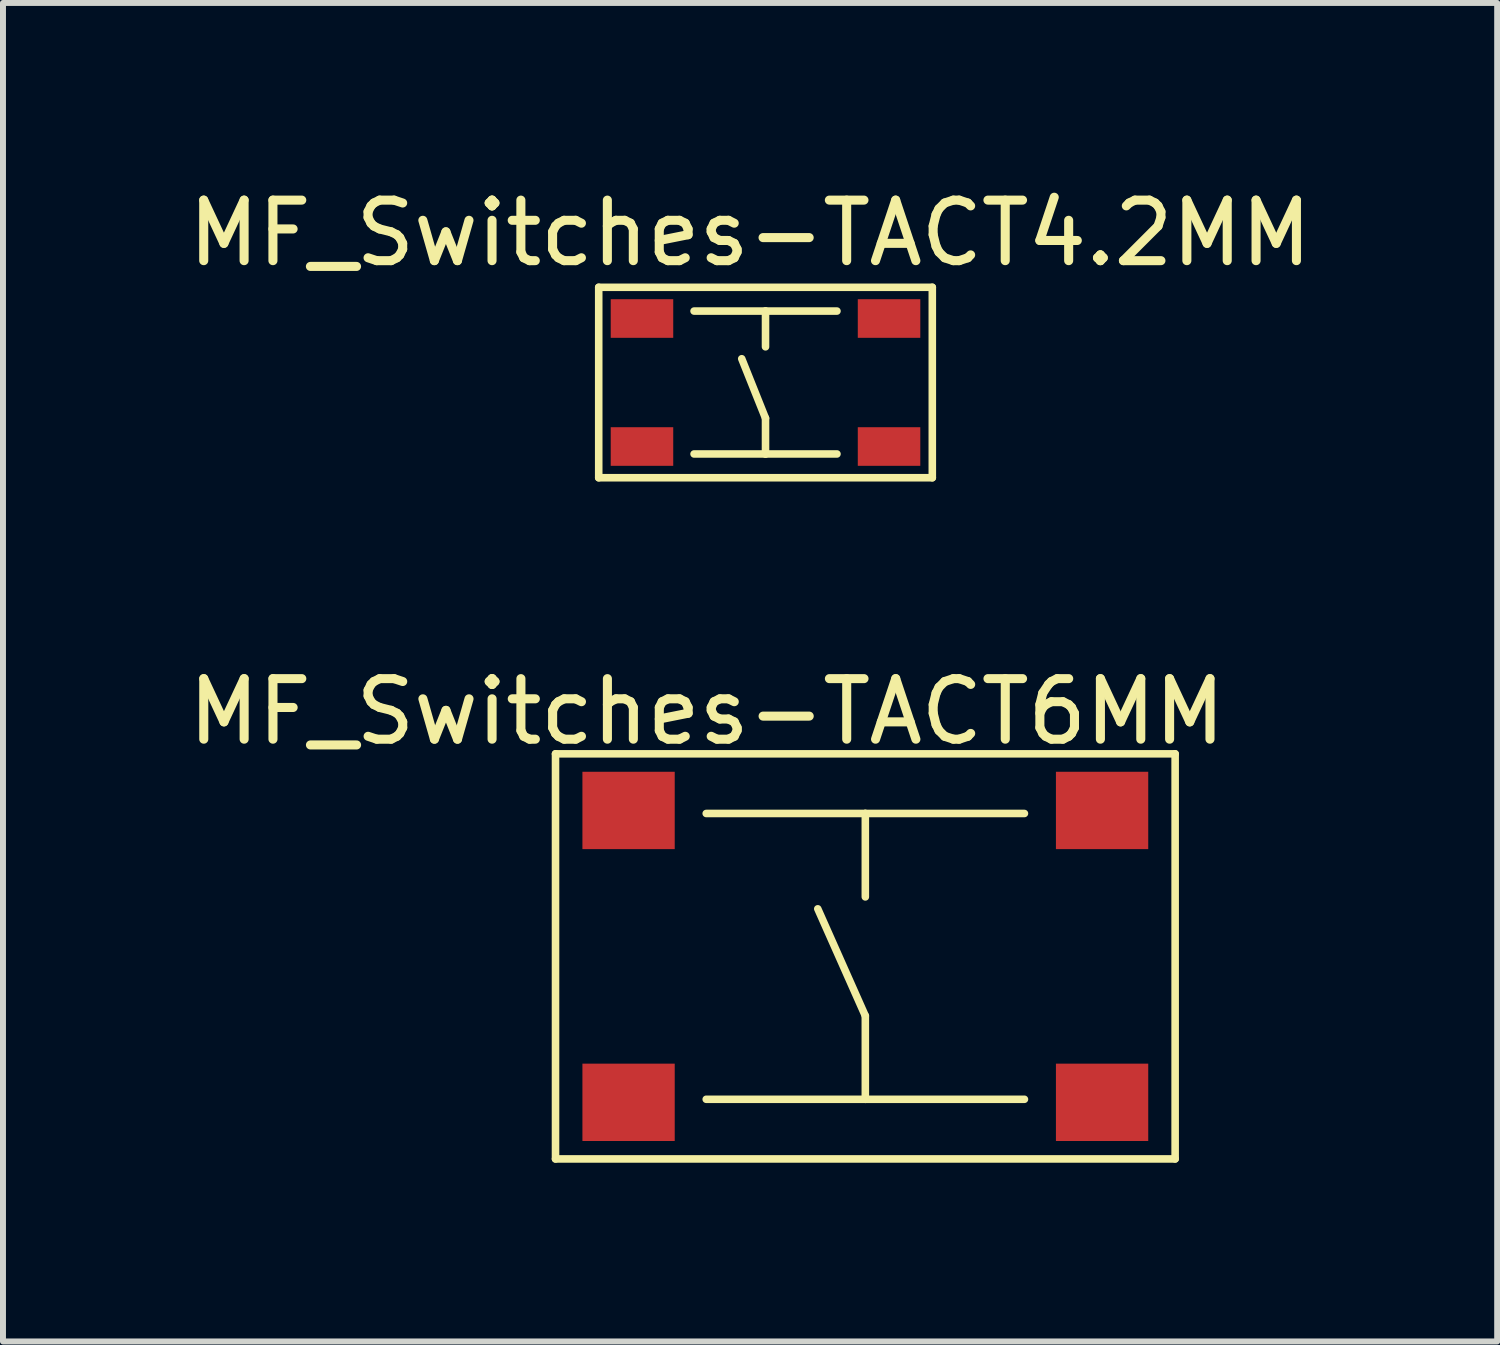
<source format=kicad_pcb>
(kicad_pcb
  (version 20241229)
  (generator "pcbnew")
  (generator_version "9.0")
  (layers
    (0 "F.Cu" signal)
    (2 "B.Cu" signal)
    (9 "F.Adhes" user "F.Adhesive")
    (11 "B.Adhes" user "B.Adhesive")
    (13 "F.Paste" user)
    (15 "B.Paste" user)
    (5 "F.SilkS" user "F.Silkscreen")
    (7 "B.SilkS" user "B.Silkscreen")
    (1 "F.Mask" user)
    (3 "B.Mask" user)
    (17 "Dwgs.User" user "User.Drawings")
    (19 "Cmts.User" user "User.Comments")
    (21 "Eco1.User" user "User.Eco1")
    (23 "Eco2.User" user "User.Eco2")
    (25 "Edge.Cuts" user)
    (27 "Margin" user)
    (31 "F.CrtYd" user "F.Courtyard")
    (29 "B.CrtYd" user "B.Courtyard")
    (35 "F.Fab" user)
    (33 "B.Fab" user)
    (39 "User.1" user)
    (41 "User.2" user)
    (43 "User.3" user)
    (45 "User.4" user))
  (footprint "MF_Switches-TACT4.2MM"
    (layer "F.Cu")
    (at 9.796 3.369)
    (property "Reference" "MF_Switches-TACT4.2MM" (at -0.259 -2.507 0) (layer "F.SilkS") (effects (font (size 1.016 1.016) (thickness 0.152))))
    (attr smd)
    (fp_line (start -2.799 -1.598) (end 2.799 -1.598) (stroke (width 0.127) (type solid)) (layer "F.SilkS"))
    (fp_line (start -2.799 1.598) (end -2.799 -1.598) (stroke (width 0.127) (type solid)) (layer "F.SilkS"))
    (fp_line (start -1.199 -1.199) (end 0 -1.199) (stroke (width 0.127) (type solid)) (layer "F.SilkS"))
    (fp_line (start -1.199 1.199) (end 0 1.199) (stroke (width 0.127) (type solid)) (layer "F.SilkS"))
    (fp_line (start 0 -1.199) (end 0 -0.599) (stroke (width 0.127) (type solid)) (layer "F.SilkS"))
    (fp_line (start 0 -1.199) (end 1.199 -1.199) (stroke (width 0.127) (type solid)) (layer "F.SilkS"))
    (fp_line (start 0 0.599) (end -0.399 -0.399) (stroke (width 0.127) (type solid)) (layer "F.SilkS"))
    (fp_line (start 0 1.199) (end 0 0.599) (stroke (width 0.127) (type solid)) (layer "F.SilkS"))
    (fp_line (start 0 1.199) (end 1.199 1.199) (stroke (width 0.127) (type solid)) (layer "F.SilkS"))
    (fp_line (start 2.799 -1.598) (end 2.799 1.598) (stroke (width 0.127) (type solid)) (layer "F.SilkS"))
    (fp_line (start 2.799 1.598) (end -2.799 1.598) (stroke (width 0.127) (type solid)) (layer "F.SilkS"))
    (pad "1" smd rect (at -2.073 -1.074 90) (size 0.648 1.049) (layers "F.Cu" "F.Mask" "F.Paste"))
    (pad "2" smd rect (at 2.073 -1.074 90) (size 0.648 1.049) (layers "F.Cu" "F.Mask" "F.Paste"))
    (pad "3" smd rect (at -2.073 1.074 90) (size 0.648 1.049) (layers "F.Cu" "F.Mask" "F.Paste"))
    (pad "4" smd rect (at 2.073 1.074 90) (size 0.648 1.049) (layers "F.Cu" "F.Mask" "F.Paste")))
  (footprint "MF_Switches-TACT6MM"
    (layer "F.Cu")
    (at 11.471 12.999)
    (property "Reference" "MF_Switches-TACT6MM" (at -2.659 -4.107 0) (layer "F.SilkS") (effects (font (size 1.016 1.016) (thickness 0.152))))
    (attr smd)
    (fp_line (start -5.199 -3.399) (end -5.199 3.399) (stroke (width 0.127) (type solid)) (layer "F.SilkS"))
    (fp_line (start -5.199 3.399) (end 5.199 3.399) (stroke (width 0.127) (type solid)) (layer "F.SilkS"))
    (fp_line (start -2.67 -2.398) (end 0 -2.398) (stroke (width 0.127) (type solid)) (layer "F.SilkS"))
    (fp_line (start -2.67 2.398) (end 0 2.398) (stroke (width 0.127) (type solid)) (layer "F.SilkS"))
    (fp_line (start 0 -2.398) (end 0 -0.998) (stroke (width 0.127) (type solid)) (layer "F.SilkS"))
    (fp_line (start 0 -2.398) (end 2.67 -2.398) (stroke (width 0.127) (type solid)) (layer "F.SilkS"))
    (fp_line (start 0 0.998) (end -0.798 -0.798) (stroke (width 0.127) (type solid)) (layer "F.SilkS"))
    (fp_line (start 0 2.398) (end 0 0.998) (stroke (width 0.127) (type solid)) (layer "F.SilkS"))
    (fp_line (start 0 2.398) (end 2.67 2.398) (stroke (width 0.127) (type solid)) (layer "F.SilkS"))
    (fp_line (start 5.199 -3.399) (end -5.199 -3.399) (stroke (width 0.127) (type solid)) (layer "F.SilkS"))
    (fp_line (start 5.199 3.399) (end 5.199 -3.399) (stroke (width 0.127) (type solid)) (layer "F.SilkS"))
    (pad "1" smd rect (at -3.973 -2.449) (size 1.549 1.298) (layers "F.Cu" "F.Mask" "F.Paste"))
    (pad "2" smd rect (at 3.973 -2.449) (size 1.549 1.298) (layers "F.Cu" "F.Mask" "F.Paste"))
    (pad "3" smd rect (at -3.973 2.449) (size 1.549 1.298) (layers "F.Cu" "F.Mask" "F.Paste"))
    (pad "4" smd rect (at 3.973 2.449) (size 1.549 1.298) (layers "F.Cu" "F.Mask" "F.Paste")))
  (gr_rect
    (start -3 -3)
    (end 22.074 19.461)
    (stroke (width 0.1) (type default))
    (fill no)
    (layer "Edge.Cuts")))
</source>
